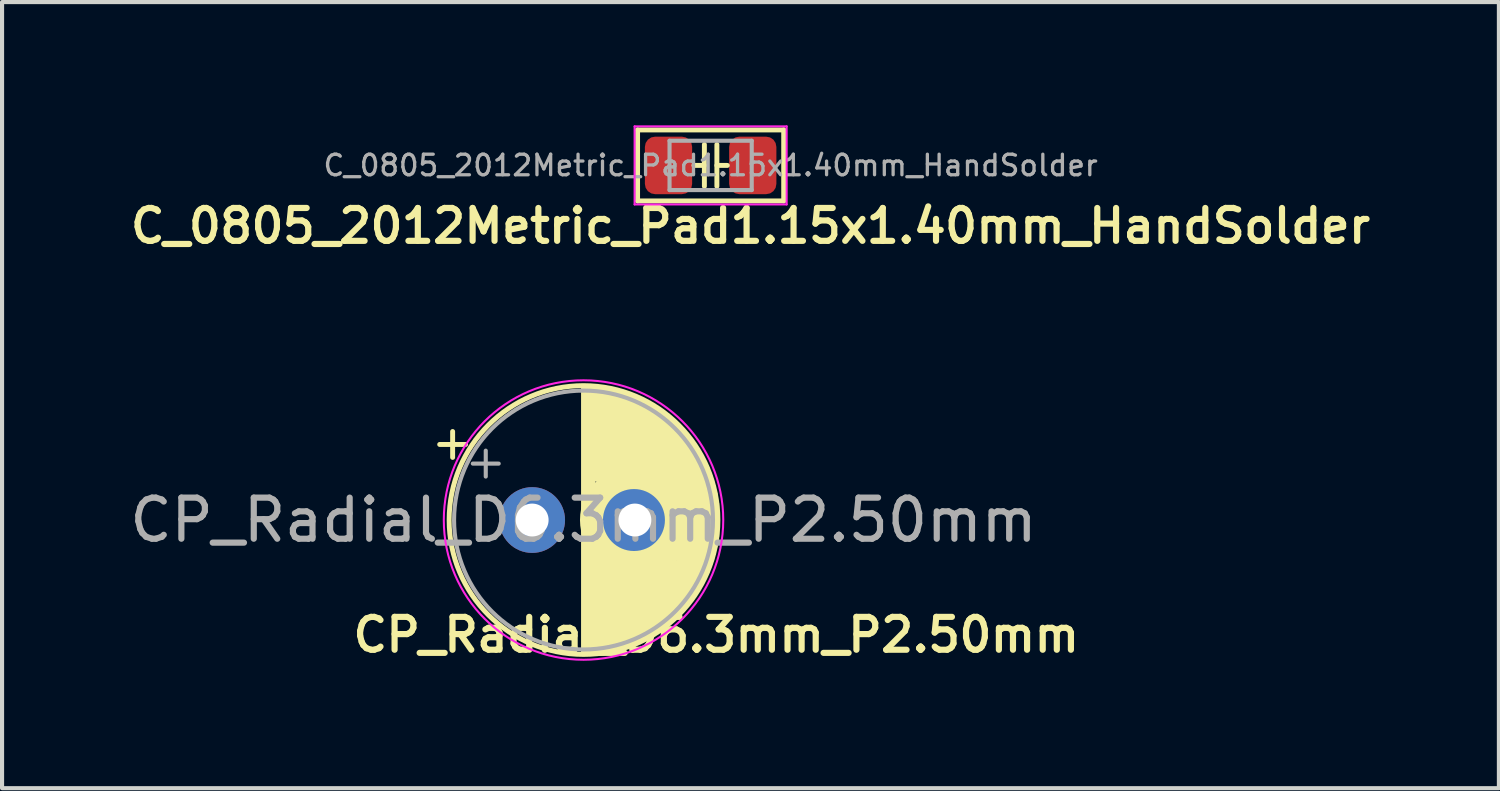
<source format=kicad_pcb>
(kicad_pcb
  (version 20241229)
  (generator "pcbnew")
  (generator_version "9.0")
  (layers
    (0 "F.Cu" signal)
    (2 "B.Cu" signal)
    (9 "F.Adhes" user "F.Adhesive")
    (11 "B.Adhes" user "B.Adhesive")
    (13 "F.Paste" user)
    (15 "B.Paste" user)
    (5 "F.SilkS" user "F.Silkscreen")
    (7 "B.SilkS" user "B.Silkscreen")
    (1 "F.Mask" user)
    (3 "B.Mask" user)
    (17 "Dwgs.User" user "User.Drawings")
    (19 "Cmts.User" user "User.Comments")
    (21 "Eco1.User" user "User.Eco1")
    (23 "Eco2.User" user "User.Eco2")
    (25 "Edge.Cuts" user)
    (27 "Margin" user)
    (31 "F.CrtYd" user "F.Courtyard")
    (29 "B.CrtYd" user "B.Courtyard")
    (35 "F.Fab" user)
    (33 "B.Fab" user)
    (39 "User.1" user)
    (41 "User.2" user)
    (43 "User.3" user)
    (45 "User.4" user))
  (footprint "C_0805_2012Metric_Pad1.15x1.40mm_HandSolder"
    (layer "F.Cu")
    (at 14.242 0.975)
    (property "Reference" "C_0805_2012Metric_Pad1.15x1.40mm_HandSolder" (at 0.97 1.473 0) (layer "F.SilkS") (effects (font (size 0.8 0.8) (thickness 0.15))))
    (attr smd)
    (fp_line (start -1.778 -0.864) (end 1.778 -0.864) (stroke (width 0.12) (type solid)) (layer "F.SilkS"))
    (fp_line (start -1.778 0.864) (end -1.778 -0.864) (stroke (width 0.12) (type solid)) (layer "F.SilkS"))
    (fp_line (start -1.778 0.864) (end 1.778 0.864) (stroke (width 0.12) (type solid)) (layer "F.SilkS"))
    (fp_line (start -0.406 0) (end -0.152 0) (stroke (width 0.12) (type solid)) (layer "F.SilkS"))
    (fp_line (start -0.152 -0.508) (end -0.152 0.508) (stroke (width 0.12) (type solid)) (layer "F.SilkS"))
    (fp_line (start 0.152 -0.508) (end 0.152 0.508) (stroke (width 0.12) (type solid)) (layer "F.SilkS"))
    (fp_line (start 0.152 0) (end 0.406 0) (stroke (width 0.12) (type solid)) (layer "F.SilkS"))
    (fp_line (start 1.778 0.864) (end 1.778 -0.864) (stroke (width 0.12) (type solid)) (layer "F.SilkS"))
    (fp_line (start -1.85 -0.95) (end 1.85 -0.95) (stroke (width 0.05) (type solid)) (layer "F.CrtYd"))
    (fp_line (start -1.85 0.95) (end -1.85 -0.95) (stroke (width 0.05) (type solid)) (layer "F.CrtYd"))
    (fp_line (start 1.85 -0.95) (end 1.85 0.95) (stroke (width 0.05) (type solid)) (layer "F.CrtYd"))
    (fp_line (start 1.85 0.95) (end -1.85 0.95) (stroke (width 0.05) (type solid)) (layer "F.CrtYd"))
    (fp_line (start -1 -0.6) (end 1 -0.6) (stroke (width 0.1) (type solid)) (layer "F.Fab"))
    (fp_line (start -1 0.6) (end -1 -0.6) (stroke (width 0.1) (type solid)) (layer "F.Fab"))
    (fp_line (start 1 -0.6) (end 1 0.6) (stroke (width 0.1) (type solid)) (layer "F.Fab"))
    (fp_line (start 1 0.6) (end -1 0.6) (stroke (width 0.1) (type solid)) (layer "F.Fab"))
    (fp_text user "${REFERENCE}" (at 0 0 0) (layer "F.Fab") (effects (font (size 0.5 0.5) (thickness 0.08))))
    (pad "1" smd roundrect (at -1.025 0) (size 1.15 1.4) (layers "F.Cu" "F.Mask" "F.Paste") (roundrect_rratio 0.217))
    (pad "2" smd roundrect (at 1.025 0) (size 1.15 1.4) (layers "F.Cu" "F.Mask" "F.Paste") (roundrect_rratio 0.217)))
  (footprint "CP_Radial_D6.3mm_P2.50mm"
    (layer "F.Cu")
    (at 9.899 9.604)
    (property "Reference" "CP_Radial_D6.3mm_P2.50mm" (at 4.481 2.794 0) (layer "F.SilkS") (effects (font (size 0.8 0.8) (thickness 0.15))))
    (attr through_hole)
    (fp_line (start -2.25 -1.839) (end -1.62 -1.839) (stroke (width 0.12) (type solid)) (layer "F.SilkS"))
    (fp_line (start -1.935 -2.154) (end -1.935 -1.524) (stroke (width 0.12) (type solid)) (layer "F.SilkS"))
    (fp_line (start 1.25 -3.23) (end 1.25 3.23) (stroke (width 0.12) (type solid)) (layer "F.SilkS"))
    (fp_line (start 1.29 -3.23) (end 1.29 3.23) (stroke (width 0.12) (type solid)) (layer "F.SilkS"))
    (fp_line (start 1.33 -3.23) (end 1.33 3.23) (stroke (width 0.12) (type solid)) (layer "F.SilkS"))
    (fp_line (start 1.37 -3.228) (end 1.37 3.228) (stroke (width 0.12) (type solid)) (layer "F.SilkS"))
    (fp_line (start 1.41 -3.227) (end 1.41 3.227) (stroke (width 0.12) (type solid)) (layer "F.SilkS"))
    (fp_line (start 1.45 -3.224) (end 1.45 3.224) (stroke (width 0.12) (type solid)) (layer "F.SilkS"))
    (fp_line (start 1.46 -1.016) (end 3.365 -1.016) (stroke (width 0.15) (type solid)) (layer "F.SilkS"))
    (fp_line (start 1.46 0.953) (end 1.46 -1.016) (stroke (width 0.15) (type solid)) (layer "F.SilkS"))
    (fp_line (start 1.49 -3.222) (end 1.49 -1.04) (stroke (width 0.12) (type solid)) (layer "F.SilkS"))
    (fp_line (start 1.49 1.04) (end 1.49 3.222) (stroke (width 0.12) (type solid)) (layer "F.SilkS"))
    (fp_line (start 1.53 -3.218) (end 1.53 -1.04) (stroke (width 0.12) (type solid)) (layer "F.SilkS"))
    (fp_line (start 1.53 1.04) (end 1.53 3.218) (stroke (width 0.12) (type solid)) (layer "F.SilkS"))
    (fp_line (start 1.57 -3.215) (end 1.57 -1.04) (stroke (width 0.12) (type solid)) (layer "F.SilkS"))
    (fp_line (start 1.57 1.04) (end 1.57 3.215) (stroke (width 0.12) (type solid)) (layer "F.SilkS"))
    (fp_line (start 1.61 -3.211) (end 1.61 -1.04) (stroke (width 0.12) (type solid)) (layer "F.SilkS"))
    (fp_line (start 1.61 1.04) (end 1.61 3.211) (stroke (width 0.12) (type solid)) (layer "F.SilkS"))
    (fp_line (start 1.65 -3.206) (end 1.65 -1.04) (stroke (width 0.12) (type solid)) (layer "F.SilkS"))
    (fp_line (start 1.65 1.04) (end 1.65 3.206) (stroke (width 0.12) (type solid)) (layer "F.SilkS"))
    (fp_line (start 1.69 -3.201) (end 1.69 -1.04) (stroke (width 0.12) (type solid)) (layer "F.SilkS"))
    (fp_line (start 1.69 1.04) (end 1.69 3.201) (stroke (width 0.12) (type solid)) (layer "F.SilkS"))
    (fp_line (start 1.73 -3.195) (end 1.73 -1.04) (stroke (width 0.12) (type solid)) (layer "F.SilkS"))
    (fp_line (start 1.73 1.04) (end 1.73 3.195) (stroke (width 0.12) (type solid)) (layer "F.SilkS"))
    (fp_line (start 1.77 -3.189) (end 1.77 -1.04) (stroke (width 0.12) (type solid)) (layer "F.SilkS"))
    (fp_line (start 1.77 1.04) (end 1.77 3.189) (stroke (width 0.12) (type solid)) (layer "F.SilkS"))
    (fp_line (start 1.81 -3.182) (end 1.81 -1.016) (stroke (width 0.12) (type solid)) (layer "F.SilkS"))
    (fp_line (start 1.81 1.04) (end 1.81 3.182) (stroke (width 0.12) (type solid)) (layer "F.SilkS"))
    (fp_line (start 1.85 -3.175) (end 1.85 -1.04) (stroke (width 0.12) (type solid)) (layer "F.SilkS"))
    (fp_line (start 1.85 1.04) (end 1.85 3.175) (stroke (width 0.12) (type solid)) (layer "F.SilkS"))
    (fp_line (start 1.89 -3.167) (end 1.89 -1.04) (stroke (width 0.12) (type solid)) (layer "F.SilkS"))
    (fp_line (start 1.89 1.04) (end 1.89 3.167) (stroke (width 0.12) (type solid)) (layer "F.SilkS"))
    (fp_line (start 1.93 -3.159) (end 1.93 -1.04) (stroke (width 0.12) (type solid)) (layer "F.SilkS"))
    (fp_line (start 1.93 1.04) (end 1.93 3.159) (stroke (width 0.12) (type solid)) (layer "F.SilkS"))
    (fp_line (start 1.971 -3.15) (end 1.971 -1.04) (stroke (width 0.12) (type solid)) (layer "F.SilkS"))
    (fp_line (start 1.971 1.04) (end 1.971 3.15) (stroke (width 0.12) (type solid)) (layer "F.SilkS"))
    (fp_line (start 2.011 -3.141) (end 2.011 -1.04) (stroke (width 0.12) (type solid)) (layer "F.SilkS"))
    (fp_line (start 2.011 1.04) (end 2.011 3.141) (stroke (width 0.12) (type solid)) (layer "F.SilkS"))
    (fp_line (start 2.051 -3.131) (end 2.051 -1.04) (stroke (width 0.12) (type solid)) (layer "F.SilkS"))
    (fp_line (start 2.051 1.04) (end 2.051 3.131) (stroke (width 0.12) (type solid)) (layer "F.SilkS"))
    (fp_line (start 2.091 -3.121) (end 2.091 -1.04) (stroke (width 0.12) (type solid)) (layer "F.SilkS"))
    (fp_line (start 2.091 1.04) (end 2.091 3.121) (stroke (width 0.12) (type solid)) (layer "F.SilkS"))
    (fp_line (start 2.131 -3.11) (end 2.131 -1.04) (stroke (width 0.12) (type solid)) (layer "F.SilkS"))
    (fp_line (start 2.131 1.04) (end 2.131 3.11) (stroke (width 0.12) (type solid)) (layer "F.SilkS"))
    (fp_line (start 2.171 -3.098) (end 2.171 -1.04) (stroke (width 0.12) (type solid)) (layer "F.SilkS"))
    (fp_line (start 2.171 1.04) (end 2.171 3.098) (stroke (width 0.12) (type solid)) (layer "F.SilkS"))
    (fp_line (start 2.211 -3.086) (end 2.211 -1.04) (stroke (width 0.12) (type solid)) (layer "F.SilkS"))
    (fp_line (start 2.211 1.04) (end 2.211 3.086) (stroke (width 0.12) (type solid)) (layer "F.SilkS"))
    (fp_line (start 2.251 -3.074) (end 2.251 -1.04) (stroke (width 0.12) (type solid)) (layer "F.SilkS"))
    (fp_line (start 2.251 1.04) (end 2.251 3.074) (stroke (width 0.12) (type solid)) (layer "F.SilkS"))
    (fp_line (start 2.291 -3.061) (end 2.291 -1.04) (stroke (width 0.12) (type solid)) (layer "F.SilkS"))
    (fp_line (start 2.291 1.04) (end 2.291 3.061) (stroke (width 0.12) (type solid)) (layer "F.SilkS"))
    (fp_line (start 2.331 -3.047) (end 2.331 -1.04) (stroke (width 0.12) (type solid)) (layer "F.SilkS"))
    (fp_line (start 2.331 1.04) (end 2.331 3.047) (stroke (width 0.12) (type solid)) (layer "F.SilkS"))
    (fp_line (start 2.371 -3.033) (end 2.371 -1.04) (stroke (width 0.12) (type solid)) (layer "F.SilkS"))
    (fp_line (start 2.371 1.04) (end 2.371 3.033) (stroke (width 0.12) (type solid)) (layer "F.SilkS"))
    (fp_line (start 2.411 -3.018) (end 2.411 -1.04) (stroke (width 0.12) (type solid)) (layer "F.SilkS"))
    (fp_line (start 2.411 1.04) (end 2.411 3.018) (stroke (width 0.12) (type solid)) (layer "F.SilkS"))
    (fp_line (start 2.451 -3.002) (end 2.451 -1.04) (stroke (width 0.12) (type solid)) (layer "F.SilkS"))
    (fp_line (start 2.451 1.04) (end 2.451 3.002) (stroke (width 0.12) (type solid)) (layer "F.SilkS"))
    (fp_line (start 2.491 -2.986) (end 2.491 -1.04) (stroke (width 0.12) (type solid)) (layer "F.SilkS"))
    (fp_line (start 2.491 1.04) (end 2.491 2.986) (stroke (width 0.12) (type solid)) (layer "F.SilkS"))
    (fp_line (start 2.531 -2.97) (end 2.531 -1.04) (stroke (width 0.12) (type solid)) (layer "F.SilkS"))
    (fp_line (start 2.531 1.04) (end 2.531 2.97) (stroke (width 0.12) (type solid)) (layer "F.SilkS"))
    (fp_line (start 2.571 -2.952) (end 2.571 -1.04) (stroke (width 0.12) (type solid)) (layer "F.SilkS"))
    (fp_line (start 2.571 1.04) (end 2.571 2.952) (stroke (width 0.12) (type solid)) (layer "F.SilkS"))
    (fp_line (start 2.611 -2.934) (end 2.611 -1.04) (stroke (width 0.12) (type solid)) (layer "F.SilkS"))
    (fp_line (start 2.611 1.04) (end 2.611 2.934) (stroke (width 0.12) (type solid)) (layer "F.SilkS"))
    (fp_line (start 2.651 -2.916) (end 2.651 -1.04) (stroke (width 0.12) (type solid)) (layer "F.SilkS"))
    (fp_line (start 2.651 1.04) (end 2.651 2.916) (stroke (width 0.12) (type solid)) (layer "F.SilkS"))
    (fp_line (start 2.691 -2.896) (end 2.691 -1.04) (stroke (width 0.12) (type solid)) (layer "F.SilkS"))
    (fp_line (start 2.691 1.04) (end 2.691 2.896) (stroke (width 0.12) (type solid)) (layer "F.SilkS"))
    (fp_line (start 2.731 -2.876) (end 2.731 -1.04) (stroke (width 0.12) (type solid)) (layer "F.SilkS"))
    (fp_line (start 2.731 1.04) (end 2.731 2.876) (stroke (width 0.12) (type solid)) (layer "F.SilkS"))
    (fp_line (start 2.771 -2.856) (end 2.771 -1.04) (stroke (width 0.12) (type solid)) (layer "F.SilkS"))
    (fp_line (start 2.771 1.04) (end 2.771 2.856) (stroke (width 0.12) (type solid)) (layer "F.SilkS"))
    (fp_line (start 2.811 -2.834) (end 2.811 -1.04) (stroke (width 0.12) (type solid)) (layer "F.SilkS"))
    (fp_line (start 2.811 1.04) (end 2.811 2.834) (stroke (width 0.12) (type solid)) (layer "F.SilkS"))
    (fp_line (start 2.851 -2.812) (end 2.851 -1.04) (stroke (width 0.12) (type solid)) (layer "F.SilkS"))
    (fp_line (start 2.851 1.04) (end 2.851 2.812) (stroke (width 0.12) (type solid)) (layer "F.SilkS"))
    (fp_line (start 2.891 -2.79) (end 2.891 -1.04) (stroke (width 0.12) (type solid)) (layer "F.SilkS"))
    (fp_line (start 2.891 1.04) (end 2.891 2.79) (stroke (width 0.12) (type solid)) (layer "F.SilkS"))
    (fp_line (start 2.931 -2.766) (end 2.931 -1.04) (stroke (width 0.12) (type solid)) (layer "F.SilkS"))
    (fp_line (start 2.931 1.04) (end 2.931 2.766) (stroke (width 0.12) (type solid)) (layer "F.SilkS"))
    (fp_line (start 2.971 -2.742) (end 2.971 -1.04) (stroke (width 0.12) (type solid)) (layer "F.SilkS"))
    (fp_line (start 2.971 1.04) (end 2.971 2.742) (stroke (width 0.12) (type solid)) (layer "F.SilkS"))
    (fp_line (start 3.011 -2.716) (end 3.011 -1.04) (stroke (width 0.12) (type solid)) (layer "F.SilkS"))
    (fp_line (start 3.011 1.04) (end 3.011 2.716) (stroke (width 0.12) (type solid)) (layer "F.SilkS"))
    (fp_line (start 3.051 -2.69) (end 3.051 -1.04) (stroke (width 0.12) (type solid)) (layer "F.SilkS"))
    (fp_line (start 3.051 1.04) (end 3.051 2.69) (stroke (width 0.12) (type solid)) (layer "F.SilkS"))
    (fp_line (start 3.091 -2.664) (end 3.091 -1.04) (stroke (width 0.12) (type solid)) (layer "F.SilkS"))
    (fp_line (start 3.091 1.04) (end 3.091 2.664) (stroke (width 0.12) (type solid)) (layer "F.SilkS"))
    (fp_line (start 3.131 -2.636) (end 3.131 -1.04) (stroke (width 0.12) (type solid)) (layer "F.SilkS"))
    (fp_line (start 3.131 1.04) (end 3.131 2.636) (stroke (width 0.12) (type solid)) (layer "F.SilkS"))
    (fp_line (start 3.171 -2.607) (end 3.171 -1.04) (stroke (width 0.12) (type solid)) (layer "F.SilkS"))
    (fp_line (start 3.171 1.04) (end 3.171 2.607) (stroke (width 0.12) (type solid)) (layer "F.SilkS"))
    (fp_line (start 3.211 -2.578) (end 3.211 -1.04) (stroke (width 0.12) (type solid)) (layer "F.SilkS"))
    (fp_line (start 3.211 1.04) (end 3.211 2.578) (stroke (width 0.12) (type solid)) (layer "F.SilkS"))
    (fp_line (start 3.251 -2.548) (end 3.251 -1.04) (stroke (width 0.12) (type solid)) (layer "F.SilkS"))
    (fp_line (start 3.251 1.04) (end 3.251 2.548) (stroke (width 0.12) (type solid)) (layer "F.SilkS"))
    (fp_line (start 3.291 -2.516) (end 3.291 -1.04) (stroke (width 0.12) (type solid)) (layer "F.SilkS"))
    (fp_line (start 3.291 1.04) (end 3.291 2.516) (stroke (width 0.12) (type solid)) (layer "F.SilkS"))
    (fp_line (start 3.331 -2.484) (end 3.331 -1.04) (stroke (width 0.12) (type solid)) (layer "F.SilkS"))
    (fp_line (start 3.331 1.04) (end 3.331 2.484) (stroke (width 0.12) (type solid)) (layer "F.SilkS"))
    (fp_line (start 3.365 -1.016) (end 1.524 -1.016) (stroke (width 0.15) (type solid)) (layer "F.SilkS"))
    (fp_line (start 3.371 -2.45) (end 3.371 -1.04) (stroke (width 0.12) (type solid)) (layer "F.SilkS"))
    (fp_line (start 3.371 1.04) (end 3.371 2.45) (stroke (width 0.12) (type solid)) (layer "F.SilkS"))
    (fp_line (start 3.411 -2.416) (end 3.411 -1.04) (stroke (width 0.12) (type solid)) (layer "F.SilkS"))
    (fp_line (start 3.411 1.04) (end 3.411 2.416) (stroke (width 0.12) (type solid)) (layer "F.SilkS"))
    (fp_line (start 3.451 -2.38) (end 3.451 -1.04) (stroke (width 0.12) (type solid)) (layer "F.SilkS"))
    (fp_line (start 3.451 -1.04) (end 3.451 0.953) (stroke (width 0.15) (type solid)) (layer "F.SilkS"))
    (fp_line (start 3.451 0.953) (end 1.46 0.953) (stroke (width 0.15) (type solid)) (layer "F.SilkS"))
    (fp_line (start 3.451 1.04) (end 3.451 2.38) (stroke (width 0.12) (type solid)) (layer "F.SilkS"))
    (fp_line (start 3.491 -2.343) (end 3.491 -1.04) (stroke (width 0.12) (type solid)) (layer "F.SilkS"))
    (fp_line (start 3.491 1.04) (end 3.491 2.343) (stroke (width 0.12) (type solid)) (layer "F.SilkS"))
    (fp_line (start 3.531 -2.305) (end 3.531 -1.04) (stroke (width 0.12) (type solid)) (layer "F.SilkS"))
    (fp_line (start 3.531 1.04) (end 3.531 2.305) (stroke (width 0.12) (type solid)) (layer "F.SilkS"))
    (fp_line (start 3.571 -2.265) (end 3.571 2.265) (stroke (width 0.12) (type solid)) (layer "F.SilkS"))
    (fp_line (start 3.611 -2.224) (end 3.611 2.224) (stroke (width 0.12) (type solid)) (layer "F.SilkS"))
    (fp_line (start 3.651 -2.182) (end 3.651 2.182) (stroke (width 0.12) (type solid)) (layer "F.SilkS"))
    (fp_line (start 3.691 -2.137) (end 3.691 2.137) (stroke (width 0.12) (type solid)) (layer "F.SilkS"))
    (fp_line (start 3.731 -2.092) (end 3.731 2.092) (stroke (width 0.12) (type solid)) (layer "F.SilkS"))
    (fp_line (start 3.771 -2.044) (end 3.771 2.044) (stroke (width 0.12) (type solid)) (layer "F.SilkS"))
    (fp_line (start 3.811 -1.995) (end 3.811 1.995) (stroke (width 0.12) (type solid)) (layer "F.SilkS"))
    (fp_line (start 3.851 -1.944) (end 3.851 1.944) (stroke (width 0.12) (type solid)) (layer "F.SilkS"))
    (fp_line (start 3.891 -1.89) (end 3.891 1.89) (stroke (width 0.12) (type solid)) (layer "F.SilkS"))
    (fp_line (start 3.931 -1.834) (end 3.931 1.834) (stroke (width 0.12) (type solid)) (layer "F.SilkS"))
    (fp_line (start 3.971 -1.776) (end 3.971 1.776) (stroke (width 0.12) (type solid)) (layer "F.SilkS"))
    (fp_line (start 4.011 -1.714) (end 4.011 1.714) (stroke (width 0.12) (type solid)) (layer "F.SilkS"))
    (fp_line (start 4.051 -1.65) (end 4.051 1.65) (stroke (width 0.12) (type solid)) (layer "F.SilkS"))
    (fp_line (start 4.091 -1.581) (end 4.091 1.581) (stroke (width 0.12) (type solid)) (layer "F.SilkS"))
    (fp_line (start 4.131 -1.509) (end 4.131 1.509) (stroke (width 0.12) (type solid)) (layer "F.SilkS"))
    (fp_line (start 4.171 -1.432) (end 4.171 1.432) (stroke (width 0.12) (type solid)) (layer "F.SilkS"))
    (fp_line (start 4.211 -1.35) (end 4.211 1.35) (stroke (width 0.12) (type solid)) (layer "F.SilkS"))
    (fp_line (start 4.251 -1.262) (end 4.251 1.262) (stroke (width 0.12) (type solid)) (layer "F.SilkS"))
    (fp_line (start 4.291 -1.165) (end 4.291 1.165) (stroke (width 0.12) (type solid)) (layer "F.SilkS"))
    (fp_line (start 4.331 -1.059) (end 4.331 1.059) (stroke (width 0.12) (type solid)) (layer "F.SilkS"))
    (fp_line (start 4.371 -0.94) (end 4.371 0.94) (stroke (width 0.12) (type solid)) (layer "F.SilkS"))
    (fp_line (start 4.411 -0.802) (end 4.411 0.802) (stroke (width 0.12) (type solid)) (layer "F.SilkS"))
    (fp_line (start 4.451 -0.633) (end 4.451 0.633) (stroke (width 0.12) (type solid)) (layer "F.SilkS"))
    (fp_line (start 4.491 -0.402) (end 4.491 0.402) (stroke (width 0.12) (type solid)) (layer "F.SilkS"))
    (fp_circle (center 1.25 0) (end 4.52 0) (stroke (width 0.12) (type solid)) (fill no) (layer "F.SilkS"))
    (fp_circle (center 2.477 0) (end 3.111 0.953) (stroke (width 0.15) (type solid)) (fill no) (layer "F.SilkS"))
    (fp_circle (center 2.477 0) (end 3.331 0) (stroke (width 0.2) (type solid)) (fill no) (layer "F.SilkS"))
    (fp_circle (center 2.477 0) (end 3.481 0) (stroke (width 0.2) (type solid)) (fill no) (layer "F.SilkS"))
    (fp_circle (center 2.477 0) (end 3.69 0) (stroke (width 0.2) (type solid)) (fill no) (layer "F.SilkS"))
    (fp_circle (center 1.25 0) (end 4.65 0) (stroke (width 0.05) (type solid)) (fill no) (layer "F.CrtYd"))
    (fp_line (start -1.444 -1.373) (end -0.814 -1.373) (stroke (width 0.1) (type solid)) (layer "F.Fab"))
    (fp_line (start -1.129 -1.688) (end -1.129 -1.058) (stroke (width 0.1) (type solid)) (layer "F.Fab"))
    (fp_circle (center 1.25 0) (end 4.4 0) (stroke (width 0.1) (type solid)) (fill no) (layer "F.Fab"))
    (fp_text user "${REFERENCE}" (at 1.25 0 0) (layer "F.Fab") (effects (font (size 1 1) (thickness 0.15))))
    (pad "1" thru_hole circle (at 0 0) (size 1.6 1.6) (drill 0.8) (layers "*.Cu" "*.Mask"))
    (pad "2" thru_hole circle (at 2.5 0) (size 1.6 1.6) (drill 0.8) (layers "*.Cu" "*.Mask")))
  (gr_rect
    (start -3 -3)
    (end 33.423 16.129)
    (stroke (width 0.1) (type default))
    (fill no)
    (layer "Edge.Cuts")))
</source>
